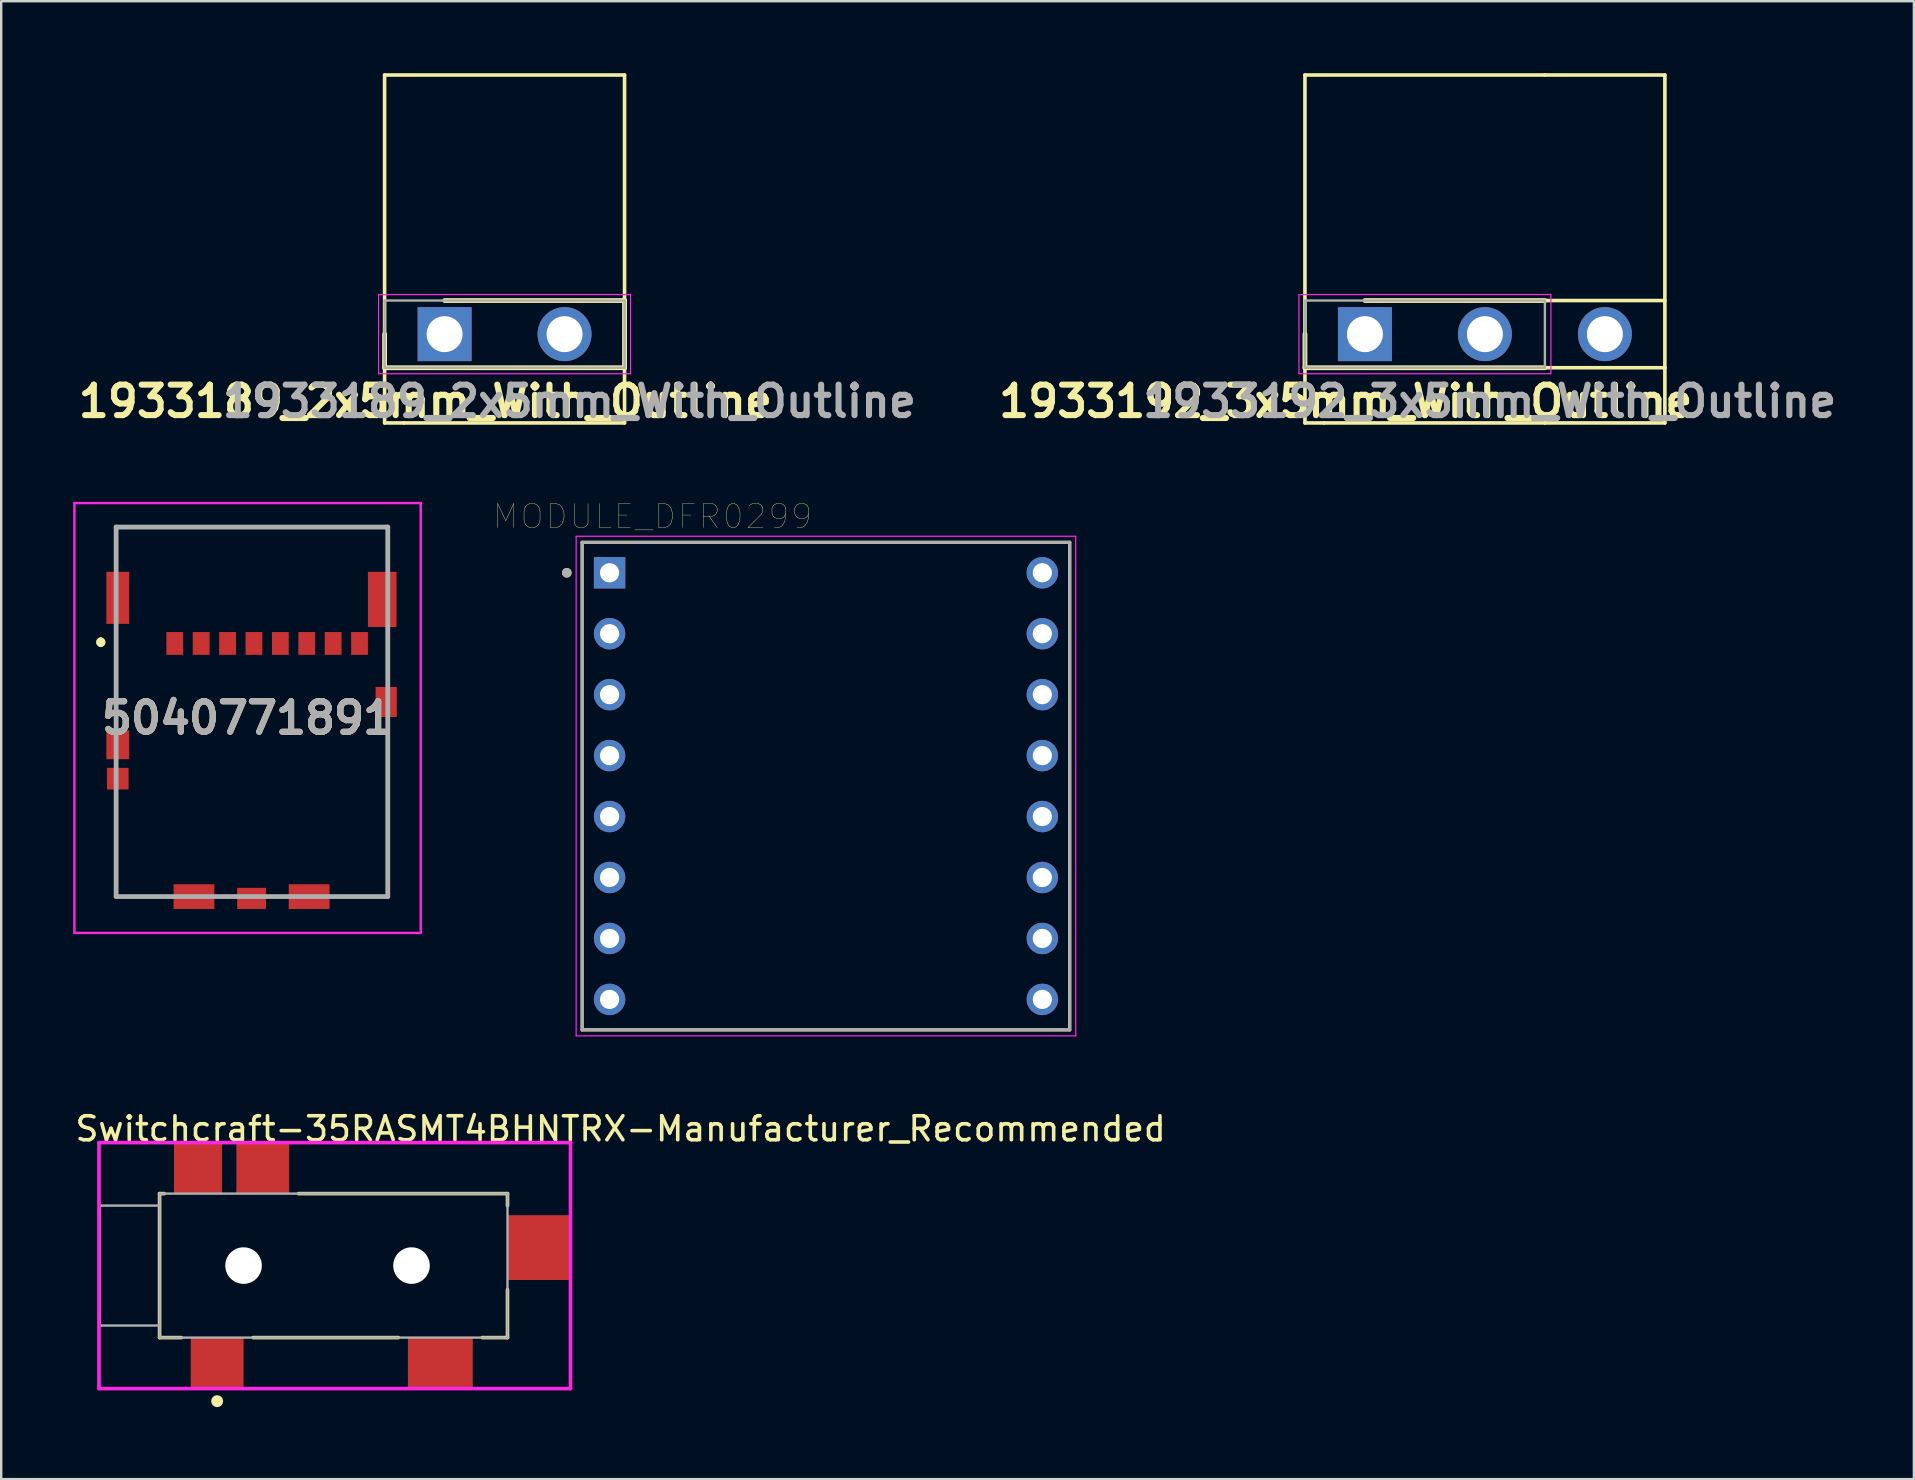
<source format=kicad_pcb>
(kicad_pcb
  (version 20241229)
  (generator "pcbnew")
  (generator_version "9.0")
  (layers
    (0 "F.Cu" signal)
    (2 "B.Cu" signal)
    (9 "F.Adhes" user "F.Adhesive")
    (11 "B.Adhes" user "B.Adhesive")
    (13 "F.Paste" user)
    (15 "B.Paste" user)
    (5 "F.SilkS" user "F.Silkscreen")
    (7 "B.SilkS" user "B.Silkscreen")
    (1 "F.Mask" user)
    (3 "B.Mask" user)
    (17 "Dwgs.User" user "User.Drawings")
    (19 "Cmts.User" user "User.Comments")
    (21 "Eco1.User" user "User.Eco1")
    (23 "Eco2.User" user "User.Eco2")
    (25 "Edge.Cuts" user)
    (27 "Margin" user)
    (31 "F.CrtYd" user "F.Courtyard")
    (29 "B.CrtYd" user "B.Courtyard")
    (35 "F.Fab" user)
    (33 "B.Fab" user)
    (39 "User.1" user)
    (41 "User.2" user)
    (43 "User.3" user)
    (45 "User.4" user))
  (footprint "1933192_3x5mm_With_Outline"
    (layer "F.Cu")
    (at 53.833 10.875)
    (property "Reference" "1933192_3x5mm_With_Outline" (at -0.8 2.8 0) (layer "F.SilkS") (effects (font (size 1.27 1.27) (thickness 0.254))))
    (attr through_hole)
    (fp_line (start -2.5 -10.8) (end 7.5 -10.8) (stroke (width 0.15) (type solid)) (layer "F.SilkS"))
    (fp_line (start -2.5 0) (end -2.5 -10.8) (stroke (width 0.15) (type solid)) (layer "F.SilkS"))
    (fp_line (start -2.5 0) (end -2.5 1.4) (stroke (width 0.2) (type solid)) (layer "F.SilkS"))
    (fp_line (start -2.5 0) (end -2.5 3.7) (stroke (width 0.15) (type solid)) (layer "F.SilkS"))
    (fp_line (start -2.5 1.4) (end 7.5 1.4) (stroke (width 0.2) (type solid)) (layer "F.SilkS"))
    (fp_line (start -2.5 3.7) (end -1.7 3.7) (stroke (width 0.15) (type solid)) (layer "F.SilkS"))
    (fp_line (start 7.5 -1.4) (end 0 -1.4) (stroke (width 0.2) (type solid)) (layer "F.SilkS"))
    (fp_line (start 7.5 -1.4) (end 12.5 -1.4) (stroke (width 0.15) (type solid)) (layer "F.SilkS"))
    (fp_line (start 7.5 1.4) (end 12.5 1.4) (stroke (width 0.15) (type solid)) (layer "F.SilkS"))
    (fp_line (start 7.5 3.7) (end -1.7 3.7) (stroke (width 0.15) (type solid)) (layer "F.SilkS"))
    (fp_line (start 7.5 3.7) (end 12.5 3.7) (stroke (width 0.15) (type solid)) (layer "F.SilkS"))
    (fp_line (start 12.5 -10.8) (end 7.5 -10.8) (stroke (width 0.15) (type solid)) (layer "F.SilkS"))
    (fp_line (start 12.5 1.4) (end 12.5 -10.8) (stroke (width 0.15) (type solid)) (layer "F.SilkS"))
    (fp_line (start 12.5 3.7) (end 12.5 1.4) (stroke (width 0.15) (type solid)) (layer "F.SilkS"))
    (fp_line (start -2.75 -1.65) (end 7.75 -1.65) (stroke (width 0.05) (type solid)) (layer "F.CrtYd"))
    (fp_line (start -2.75 1.65) (end -2.75 -1.65) (stroke (width 0.05) (type solid)) (layer "F.CrtYd"))
    (fp_line (start 7.75 -1.65) (end 7.75 1.65) (stroke (width 0.05) (type solid)) (layer "F.CrtYd"))
    (fp_line (start 7.75 1.65) (end -2.75 1.65) (stroke (width 0.05) (type solid)) (layer "F.CrtYd"))
    (fp_line (start -2.5 -1.4) (end 7.5 -1.4) (stroke (width 0.1) (type solid)) (layer "F.Fab"))
    (fp_line (start -2.5 1.4) (end -2.5 -1.4) (stroke (width 0.1) (type solid)) (layer "F.Fab"))
    (fp_line (start 7.5 -1.4) (end 7.5 1.4) (stroke (width 0.1) (type solid)) (layer "F.Fab"))
    (fp_line (start 7.5 1.4) (end -2.5 1.4) (stroke (width 0.1) (type solid)) (layer "F.Fab"))
    (fp_text user "${REFERENCE}" (at 5.2 2.8 0) (layer "F.Fab") (effects (font (size 1.27 1.27) (thickness 0.254))))
    (pad "1" thru_hole rect (at 0 0) (size 2.25 2.25) (drill 1.5) (layers "*.Cu" "*.Mask"))
    (pad "2" thru_hole circle (at 5 0) (size 2.25 2.25) (drill 1.5) (layers "*.Cu" "*.Mask"))
    (pad "3" thru_hole circle (at 10 0) (size 2.25 2.25) (drill 1.5) (layers "*.Cu" "*.Mask")))
  (footprint "1933189_2x5mm_With_Outline"
    (layer "F.Cu")
    (at 15.478 10.875)
    (property "Reference" "1933189_2x5mm_With_Outline" (at -0.8 2.8 0) (layer "F.SilkS") (effects (font (size 1.27 1.27) (thickness 0.254))))
    (attr through_hole)
    (fp_line (start -2.5 -10.8) (end 7.5 -10.8) (stroke (width 0.15) (type solid)) (layer "F.SilkS"))
    (fp_line (start -2.5 0) (end -2.5 -10.8) (stroke (width 0.15) (type solid)) (layer "F.SilkS"))
    (fp_line (start -2.5 0) (end -2.5 1.4) (stroke (width 0.2) (type solid)) (layer "F.SilkS"))
    (fp_line (start -2.5 0) (end -2.5 3.7) (stroke (width 0.15) (type solid)) (layer "F.SilkS"))
    (fp_line (start -2.5 1.4) (end 7.5 1.4) (stroke (width 0.2) (type solid)) (layer "F.SilkS"))
    (fp_line (start -2.5 3.7) (end -1.7 3.7) (stroke (width 0.15) (type solid)) (layer "F.SilkS"))
    (fp_line (start 7.5 -1.4) (end 0 -1.4) (stroke (width 0.2) (type solid)) (layer "F.SilkS"))
    (fp_line (start 7.5 0) (end 7.5 -10.8) (stroke (width 0.15) (type solid)) (layer "F.SilkS"))
    (fp_line (start 7.5 0) (end 7.5 3.7) (stroke (width 0.15) (type solid)) (layer "F.SilkS"))
    (fp_line (start 7.5 1.4) (end 7.5 -1.4) (stroke (width 0.2) (type solid)) (layer "F.SilkS"))
    (fp_line (start 7.5 3.7) (end -1.7 3.7) (stroke (width 0.15) (type solid)) (layer "F.SilkS"))
    (fp_line (start -2.75 -1.65) (end 7.75 -1.65) (stroke (width 0.05) (type solid)) (layer "F.CrtYd"))
    (fp_line (start -2.75 1.65) (end -2.75 -1.65) (stroke (width 0.05) (type solid)) (layer "F.CrtYd"))
    (fp_line (start 7.75 -1.65) (end 7.75 1.65) (stroke (width 0.05) (type solid)) (layer "F.CrtYd"))
    (fp_line (start 7.75 1.65) (end -2.75 1.65) (stroke (width 0.05) (type solid)) (layer "F.CrtYd"))
    (fp_line (start -2.5 -1.4) (end 7.5 -1.4) (stroke (width 0.1) (type solid)) (layer "F.Fab"))
    (fp_line (start -2.5 1.4) (end -2.5 -1.4) (stroke (width 0.1) (type solid)) (layer "F.Fab"))
    (fp_line (start 7.5 -1.4) (end 7.5 1.4) (stroke (width 0.1) (type solid)) (layer "F.Fab"))
    (fp_line (start 7.5 1.4) (end -2.5 1.4) (stroke (width 0.1) (type solid)) (layer "F.Fab"))
    (fp_text user "${REFERENCE}" (at 5.2 2.8 0) (layer "F.Fab") (effects (font (size 1.27 1.27) (thickness 0.254))))
    (pad "1" thru_hole rect (at 0 0) (size 2.25 2.25) (drill 1.5) (layers "*.Cu" "*.Mask"))
    (pad "2" thru_hole circle (at 5 0) (size 2.25 2.25) (drill 1.5) (layers "*.Cu" "*.Mask")))
  (footprint "Switchcraft-35RASMT4BHNTRX-Manufacturer_Recommended"
    (layer "F.Cu")
    (at 12.3 49.693)
    (property "Reference" "Switchcraft-35RASMT4BHNTRX-Manufacturer_Recommended" (at -12.3 -5.7 0) (layer "F.SilkS") (effects (font (size 1 1) (thickness 0.15)) (justify left)))
    (attr through_hole)
    (fp_line (start -8.7 -3) (end -8.5 -3) (stroke (width 0.15) (type solid)) (layer "F.SilkS"))
    (fp_line (start -8.7 3) (end -8.7 -3) (stroke (width 0.15) (type solid)) (layer "F.SilkS"))
    (fp_line (start -8.7 3) (end -7.8 3) (stroke (width 0.15) (type solid)) (layer "F.SilkS"))
    (fp_line (start -4.8 3) (end 1.25 3) (stroke (width 0.15) (type solid)) (layer "F.SilkS"))
    (fp_line (start -2.9 -3) (end 5.8 -3) (stroke (width 0.15) (type solid)) (layer "F.SilkS"))
    (fp_line (start 4.75 3) (end 5.8 3) (stroke (width 0.15) (type solid)) (layer "F.SilkS"))
    (fp_line (start 5.8 -2.5) (end 5.8 -3) (stroke (width 0.15) (type solid)) (layer "F.SilkS"))
    (fp_line (start 5.8 3) (end 5.8 1) (stroke (width 0.15) (type solid)) (layer "F.SilkS"))
    (fp_circle (center -6.3 5.65) (end -6.175 5.65) (stroke (width 0.25) (type solid)) (fill no) (layer "F.SilkS"))
    (fp_line (start -11.225 -5.125) (end -11.225 5.125) (stroke (width 0.15) (type solid)) (layer "F.CrtYd"))
    (fp_line (start -11.225 5.125) (end 8.425 5.125) (stroke (width 0.15) (type solid)) (layer "F.CrtYd"))
    (fp_line (start 8.425 -5.125) (end -11.225 -5.125) (stroke (width 0.15) (type solid)) (layer "F.CrtYd"))
    (fp_line (start 8.425 -5.125) (end 8.425 -5.125) (stroke (width 0.15) (type solid)) (layer "F.CrtYd"))
    (fp_line (start 8.425 5.125) (end 8.425 -5.125) (stroke (width 0.15) (type solid)) (layer "F.CrtYd"))
    (fp_line (start -11.2 -2.499) (end -8.7 -2.499) (stroke (width 0.1) (type solid)) (layer "F.Fab"))
    (fp_line (start -11.2 2.499) (end -11.2 -2.499) (stroke (width 0.1) (type solid)) (layer "F.Fab"))
    (fp_line (start -11.2 2.499) (end -8.7 2.499) (stroke (width 0.1) (type solid)) (layer "F.Fab"))
    (fp_line (start -8.7 -3) (end 5.8 -3) (stroke (width 0.1) (type solid)) (layer "F.Fab"))
    (fp_line (start -8.7 3) (end -8.7 -3) (stroke (width 0.1) (type solid)) (layer "F.Fab"))
    (fp_line (start -8.7 3) (end 5.8 3) (stroke (width 0.1) (type solid)) (layer "F.Fab"))
    (fp_line (start 5.8 3) (end 5.8 -3) (stroke (width 0.1) (type solid)) (layer "F.Fab"))
    (pad "" np_thru_hole circle (at -5.2 0 180) (size 1.524 1.524) (drill 1.6) (layers "*.Cu"))
    (pad "" np_thru_hole circle (at 1.8 0 180) (size 1.524 1.524) (drill 1.6) (layers "*.Cu"))
    (pad "1" smd rect (at -6.3 4.05 180) (size 2.2 2.1) (layers "F.Cu" "F.Mask" "F.Paste"))
    (pad "2" smd rect (at -4.4 -4.05 180) (size 2.2 2.1) (layers "F.Cu" "F.Mask" "F.Paste"))
    (pad "3" smd rect (at 3 4.05 180) (size 2.7 2.1) (layers "F.Cu" "F.Mask" "F.Paste"))
    (pad "4" smd rect (at -7.1 -4.05 180) (size 2 2.1) (layers "F.Cu" "F.Mask" "F.Paste"))
    (pad "5" smd rect (at 7.1 -0.75 270) (size 2.7 2.6) (layers "F.Cu" "F.Mask" "F.Paste")))
  (footprint "5040771891"
    (layer "F.Cu")
    (at 7.08 26.652)
    (property "Reference" "5040771891" (at 0.186 0.22 0) (layer "F.SilkS") (effects (font (size 1.27 1.27) (thickness 0.254))))
    (attr smd)
    (fp_line (start -5.93 -3.038) (end -5.93 -3.038) (stroke (width 0.2) (type solid)) (layer "F.SilkS"))
    (fp_line (start -5.93 -2.838) (end -5.93 -2.838) (stroke (width 0.2) (type solid)) (layer "F.SilkS"))
    (fp_line (start -5.29 -7.738) (end 6.03 -7.738) (stroke (width 0.1) (type solid)) (layer "F.SilkS"))
    (fp_line (start -5.29 -6.338) (end -5.29 -7.738) (stroke (width 0.1) (type solid)) (layer "F.SilkS"))
    (fp_line (start -5.29 -3.338) (end -5.29 -1.338) (stroke (width 0.1) (type solid)) (layer "F.SilkS"))
    (fp_line (start -5.29 3.662) (end -5.29 7.662) (stroke (width 0.1) (type solid)) (layer "F.SilkS"))
    (fp_line (start -5.29 7.662) (end -3.63 7.663) (stroke (width 0.1) (type solid)) (layer "F.SilkS"))
    (fp_line (start 4.37 7.663) (end 6.03 7.662) (stroke (width 0.1) (type solid)) (layer "F.SilkS"))
    (fp_line (start 6.03 -7.738) (end 6.03 -6.338) (stroke (width 0.1) (type solid)) (layer "F.SilkS"))
    (fp_line (start 6.03 -1.338) (end 6.03 -3.338) (stroke (width 0.1) (type solid)) (layer "F.SilkS"))
    (fp_line (start 6.03 7.662) (end 6.03 3.662) (stroke (width 0.1) (type solid)) (layer "F.SilkS"))
    (fp_arc (start -5.93 -3.038) (mid -5.83 -2.938) (end -5.93 -2.838) (stroke (width 0.2) (type solid)) (layer "F.SilkS"))
    (fp_arc (start -5.93 -2.838) (mid -6.03 -2.938) (end -5.93 -3.038) (stroke (width 0.2) (type solid)) (layer "F.SilkS"))
    (fp_line (start -7.03 -8.738) (end 7.403 -8.738) (stroke (width 0.1) (type solid)) (layer "F.CrtYd"))
    (fp_line (start -7.03 9.178) (end -7.03 -8.738) (stroke (width 0.1) (type solid)) (layer "F.CrtYd"))
    (fp_line (start 7.403 -8.738) (end 7.403 9.178) (stroke (width 0.1) (type solid)) (layer "F.CrtYd"))
    (fp_line (start 7.403 9.178) (end -7.03 9.178) (stroke (width 0.1) (type solid)) (layer "F.CrtYd"))
    (fp_line (start -5.29 -7.738) (end 6.03 -7.738) (stroke (width 0.2) (type solid)) (layer "F.Fab"))
    (fp_line (start -5.29 7.662) (end -5.29 -7.738) (stroke (width 0.2) (type solid)) (layer "F.Fab"))
    (fp_line (start 6.03 -7.738) (end 6.03 7.662) (stroke (width 0.2) (type solid)) (layer "F.Fab"))
    (fp_line (start 6.03 7.662) (end -5.29 7.662) (stroke (width 0.2) (type solid)) (layer "F.Fab"))
    (fp_text user "${REFERENCE}" (at 0.186 0.22 0) (layer "F.Fab") (effects (font (size 1.27 1.27) (thickness 0.254))))
    (pad "1" smd rect (at -2.847 -2.887) (size 0.7 0.95) (layers "F.Cu" "F.Mask" "F.Paste"))
    (pad "2" smd rect (at -1.747 -2.887) (size 0.7 0.95) (layers "F.Cu" "F.Mask" "F.Paste"))
    (pad "3" smd rect (at -0.647 -2.887) (size 0.7 0.95) (layers "F.Cu" "F.Mask" "F.Paste"))
    (pad "4" smd rect (at 0.453 -2.887) (size 0.7 0.95) (layers "F.Cu" "F.Mask" "F.Paste"))
    (pad "5" smd rect (at 1.553 -2.887) (size 0.7 0.95) (layers "F.Cu" "F.Mask" "F.Paste"))
    (pad "6" smd rect (at 2.653 -2.887) (size 0.7 0.95) (layers "F.Cu" "F.Mask" "F.Paste"))
    (pad "7" smd rect (at 3.753 -2.887) (size 0.7 0.95) (layers "F.Cu" "F.Mask" "F.Paste"))
    (pad "8" smd rect (at 4.853 -2.887) (size 0.7 0.95) (layers "F.Cu" "F.Mask" "F.Paste"))
    (pad "9" smd rect (at -5.222 -4.787) (size 0.95 2.17) (layers "F.Cu" "F.Mask" "F.Paste"))
    (pad "10" smd rect (at 5.798 -4.722) (size 1.19 2.3) (layers "F.Cu" "F.Mask" "F.Paste"))
    (pad "11" smd rect (at 5.963 -0.447) (size 0.88 1.25) (layers "F.Cu" "F.Mask" "F.Paste"))
    (pad "12" smd rect (at 2.753 7.663 90) (size 1.03 1.7) (layers "F.Cu" "F.Mask" "F.Paste"))
    (pad "13" smd rect (at -2.047 7.663 90) (size 1.03 1.7) (layers "F.Cu" "F.Mask" "F.Paste"))
    (pad "14" smd rect (at 0.353 7.738 90) (size 0.88 1.2) (layers "F.Cu" "F.Mask" "F.Paste"))
    (pad "15" smd rect (at -5.222 1.338) (size 0.95 1.2) (layers "F.Cu" "F.Mask" "F.Paste"))
    (pad "16" smd rect (at -5.222 2.748) (size 0.9 0.9) (layers "F.Cu" "F.Mask" "F.Paste")))
  (footprint "MODULE_DFR0299"
    (layer "F.Cu")
    (at 31.371 29.71)
    (property "Reference" "MODULE_DFR0299" (at -7.225 -11.235 0) (layer "F.SilkS") (effects (font (size 1 1) (thickness 0.015))))
    (attr through_hole)
    (fp_line (start -10.16 -10.16) (end 10.16 -10.16) (stroke (width 0.127) (type solid)) (layer "F.SilkS"))
    (fp_line (start -10.16 10.16) (end -10.16 -10.16) (stroke (width 0.127) (type solid)) (layer "F.SilkS"))
    (fp_line (start 10.16 -10.16) (end 10.16 10.16) (stroke (width 0.127) (type solid)) (layer "F.SilkS"))
    (fp_line (start 10.16 10.16) (end -10.16 10.16) (stroke (width 0.127) (type solid)) (layer "F.SilkS"))
    (fp_circle (center -10.8 -8.89) (end -10.7 -8.89) (stroke (width 0.2) (type solid)) (fill no) (layer "F.SilkS"))
    (fp_line (start -10.41 -10.41) (end 10.41 -10.41) (stroke (width 0.05) (type solid)) (layer "F.CrtYd"))
    (fp_line (start -10.41 10.41) (end -10.41 -10.41) (stroke (width 0.05) (type solid)) (layer "F.CrtYd"))
    (fp_line (start 10.41 -10.41) (end 10.41 10.41) (stroke (width 0.05) (type solid)) (layer "F.CrtYd"))
    (fp_line (start 10.41 10.41) (end -10.41 10.41) (stroke (width 0.05) (type solid)) (layer "F.CrtYd"))
    (fp_line (start -10.16 -10.16) (end 10.16 -10.16) (stroke (width 0.127) (type solid)) (layer "F.Fab"))
    (fp_line (start -10.16 10.16) (end -10.16 -10.16) (stroke (width 0.127) (type solid)) (layer "F.Fab"))
    (fp_line (start 10.16 -10.16) (end 10.16 10.16) (stroke (width 0.127) (type solid)) (layer "F.Fab"))
    (fp_line (start 10.16 10.16) (end -10.16 10.16) (stroke (width 0.127) (type solid)) (layer "F.Fab"))
    (fp_circle (center -10.8 -8.89) (end -10.7 -8.89) (stroke (width 0.2) (type solid)) (fill no) (layer "F.Fab"))
    (pad "1" thru_hole rect (at -9.017 -8.89) (size 1.308 1.308) (drill 0.8) (layers "*.Cu" "*.Mask"))
    (pad "2" thru_hole circle (at -9.017 -6.35) (size 1.308 1.308) (drill 0.8) (layers "*.Cu" "*.Mask"))
    (pad "3" thru_hole circle (at -9.017 -3.81) (size 1.308 1.308) (drill 0.8) (layers "*.Cu" "*.Mask"))
    (pad "4" thru_hole circle (at -9.017 -1.27) (size 1.308 1.308) (drill 0.8) (layers "*.Cu" "*.Mask"))
    (pad "5" thru_hole circle (at -9.017 1.27) (size 1.308 1.308) (drill 0.8) (layers "*.Cu" "*.Mask"))
    (pad "6" thru_hole circle (at -9.017 3.81) (size 1.308 1.308) (drill 0.8) (layers "*.Cu" "*.Mask"))
    (pad "7" thru_hole circle (at -9.017 6.35) (size 1.308 1.308) (drill 0.8) (layers "*.Cu" "*.Mask"))
    (pad "8" thru_hole circle (at -9.017 8.89) (size 1.308 1.308) (drill 0.8) (layers "*.Cu" "*.Mask"))
    (pad "9" thru_hole circle (at 9.017 8.89) (size 1.308 1.308) (drill 0.8) (layers "*.Cu" "*.Mask"))
    (pad "10" thru_hole circle (at 9.017 6.35) (size 1.308 1.308) (drill 0.8) (layers "*.Cu" "*.Mask"))
    (pad "11" thru_hole circle (at 9.017 3.81) (size 1.308 1.308) (drill 0.8) (layers "*.Cu" "*.Mask"))
    (pad "12" thru_hole circle (at 9.017 1.27) (size 1.308 1.308) (drill 0.8) (layers "*.Cu" "*.Mask"))
    (pad "13" thru_hole circle (at 9.017 -1.27) (size 1.308 1.308) (drill 0.8) (layers "*.Cu" "*.Mask"))
    (pad "14" thru_hole circle (at 9.017 -3.81) (size 1.308 1.308) (drill 0.8) (layers "*.Cu" "*.Mask"))
    (pad "15" thru_hole circle (at 9.017 -6.35) (size 1.308 1.308) (drill 0.8) (layers "*.Cu" "*.Mask"))
    (pad "16" thru_hole circle (at 9.017 -8.89) (size 1.308 1.308) (drill 0.8) (layers "*.Cu" "*.Mask")))
  (gr_rect
    (start -3 -3)
    (end 76.71 58.593)
    (stroke (width 0.1) (type default))
    (fill no)
    (layer "Edge.Cuts")))
</source>
